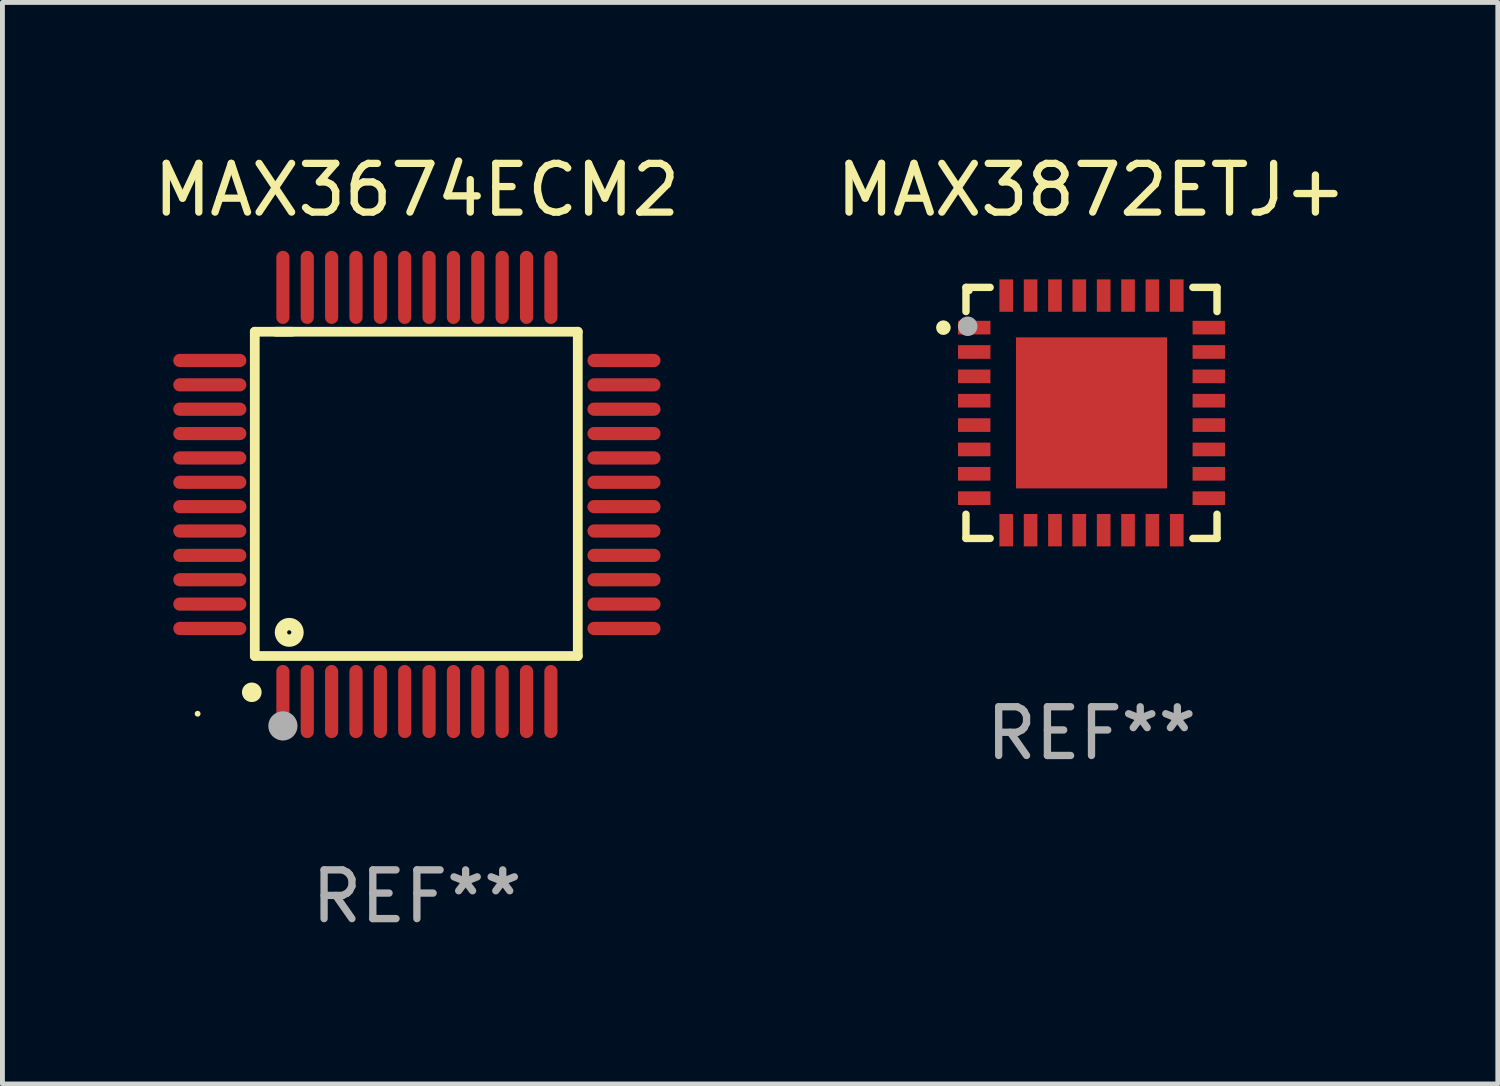
<source format=kicad_pcb>
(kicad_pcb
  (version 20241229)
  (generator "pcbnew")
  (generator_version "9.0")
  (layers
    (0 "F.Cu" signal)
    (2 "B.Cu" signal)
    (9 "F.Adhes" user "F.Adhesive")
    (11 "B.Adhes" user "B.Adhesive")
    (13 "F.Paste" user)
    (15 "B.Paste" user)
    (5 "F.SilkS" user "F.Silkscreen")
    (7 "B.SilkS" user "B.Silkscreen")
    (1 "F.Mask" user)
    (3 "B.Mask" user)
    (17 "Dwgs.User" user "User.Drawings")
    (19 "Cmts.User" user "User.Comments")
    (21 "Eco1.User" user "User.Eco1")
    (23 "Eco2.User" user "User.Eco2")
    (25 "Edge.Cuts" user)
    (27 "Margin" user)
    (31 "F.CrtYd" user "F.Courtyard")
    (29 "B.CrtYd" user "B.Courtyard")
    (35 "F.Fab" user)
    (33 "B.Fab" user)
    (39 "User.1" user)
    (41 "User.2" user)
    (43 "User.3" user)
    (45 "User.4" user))
  (footprint "MAX3674ECM2"
    (layer "F.Cu")
    (at 5.506 7.098)
    (property "Reference" "MAX3674ECM2" (at 0 -6.25 0) (layer "F.SilkS") (effects (font (size 1 1) (thickness 0.15))))
    (attr through_hole)
    (fp_line (start -3.327 -3.34) (end -2.565 -3.34) (stroke (width 0.2) (type solid)) (layer "F.SilkS"))
    (fp_line (start -3.327 3.315) (end -3.327 -3.34) (stroke (width 0.2) (type solid)) (layer "F.SilkS"))
    (fp_line (start -2.896 -3.34) (end 3.302 -3.34) (stroke (width 0.2) (type solid)) (layer "F.SilkS"))
    (fp_line (start 3.302 -3.34) (end 3.302 3.315) (stroke (width 0.2) (type solid)) (layer "F.SilkS"))
    (fp_line (start 3.302 3.315) (end -3.327 3.315) (stroke (width 0.2) (type solid)) (layer "F.SilkS"))
    (fp_arc (start -3.389992 4.059995) (mid -3.388722 4.059991) (end -3.387452 4.059995) (stroke (width 0.4) (type solid)) (layer "F.SilkS"))
    (fp_circle (center -4.5 4.5) (end -4.47 4.5) (stroke (width 0.06) (type solid)) (fill no) (layer "F.SilkS"))
    (fp_circle (center -2.62 2.83) (end -2.45 2.83) (stroke (width 0.254) (type solid)) (fill no) (layer "F.SilkS"))
    (fp_circle (center -2.75 4.75) (end -2.6 4.75) (stroke (width 0.3) (type solid)) (fill no) (layer "F.Fab"))
    (fp_text user "REF**" (at 0 8.25 0) (layer "F.Fab") (effects (font (size 1 1) (thickness 0.15))))
    (pad "1" smd oval (at -2.75 4.25) (size 0.27 1.5) (layers "F.Cu" "F.Mask" "F.Paste"))
    (pad "2" smd oval (at -2.25 4.25) (size 0.27 1.5) (layers "F.Cu" "F.Mask" "F.Paste"))
    (pad "3" smd oval (at -1.75 4.25) (size 0.27 1.5) (layers "F.Cu" "F.Mask" "F.Paste"))
    (pad "4" smd oval (at -1.25 4.25) (size 0.27 1.5) (layers "F.Cu" "F.Mask" "F.Paste"))
    (pad "5" smd oval (at -0.75 4.25) (size 0.27 1.5) (layers "F.Cu" "F.Mask" "F.Paste"))
    (pad "6" smd oval (at -0.25 4.25) (size 0.27 1.5) (layers "F.Cu" "F.Mask" "F.Paste"))
    (pad "7" smd oval (at 0.25 4.25) (size 0.27 1.5) (layers "F.Cu" "F.Mask" "F.Paste"))
    (pad "8" smd oval (at 0.75 4.25) (size 0.27 1.5) (layers "F.Cu" "F.Mask" "F.Paste"))
    (pad "9" smd oval (at 1.25 4.25) (size 0.27 1.5) (layers "F.Cu" "F.Mask" "F.Paste"))
    (pad "10" smd oval (at 1.75 4.25) (size 0.27 1.5) (layers "F.Cu" "F.Mask" "F.Paste"))
    (pad "11" smd oval (at 2.25 4.25) (size 0.27 1.5) (layers "F.Cu" "F.Mask" "F.Paste"))
    (pad "12" smd oval (at 2.75 4.25) (size 0.27 1.5) (layers "F.Cu" "F.Mask" "F.Paste"))
    (pad "13" smd oval (at 4.25 2.75) (size 1.5 0.27) (layers "F.Cu" "F.Mask" "F.Paste"))
    (pad "14" smd oval (at 4.25 2.25) (size 1.5 0.27) (layers "F.Cu" "F.Mask" "F.Paste"))
    (pad "15" smd oval (at 4.25 1.75) (size 1.5 0.27) (layers "F.Cu" "F.Mask" "F.Paste"))
    (pad "16" smd oval (at 4.25 1.25) (size 1.5 0.27) (layers "F.Cu" "F.Mask" "F.Paste"))
    (pad "17" smd oval (at 4.25 0.75) (size 1.5 0.27) (layers "F.Cu" "F.Mask" "F.Paste"))
    (pad "18" smd oval (at 4.25 0.25) (size 1.5 0.27) (layers "F.Cu" "F.Mask" "F.Paste"))
    (pad "19" smd oval (at 4.25 -0.25) (size 1.5 0.27) (layers "F.Cu" "F.Mask" "F.Paste"))
    (pad "20" smd oval (at 4.25 -0.75) (size 1.5 0.27) (layers "F.Cu" "F.Mask" "F.Paste"))
    (pad "21" smd oval (at 4.25 -1.25) (size 1.5 0.27) (layers "F.Cu" "F.Mask" "F.Paste"))
    (pad "22" smd oval (at 4.25 -1.75) (size 1.5 0.27) (layers "F.Cu" "F.Mask" "F.Paste"))
    (pad "23" smd oval (at 4.25 -2.25) (size 1.5 0.27) (layers "F.Cu" "F.Mask" "F.Paste"))
    (pad "24" smd oval (at 4.25 -2.75) (size 1.5 0.27) (layers "F.Cu" "F.Mask" "F.Paste"))
    (pad "25" smd oval (at 2.75 -4.25) (size 0.27 1.5) (layers "F.Cu" "F.Mask" "F.Paste"))
    (pad "26" smd oval (at 2.25 -4.25) (size 0.27 1.5) (layers "F.Cu" "F.Mask" "F.Paste"))
    (pad "27" smd oval (at 1.75 -4.25) (size 0.27 1.5) (layers "F.Cu" "F.Mask" "F.Paste"))
    (pad "28" smd oval (at 1.25 -4.25) (size 0.27 1.5) (layers "F.Cu" "F.Mask" "F.Paste"))
    (pad "29" smd oval (at 0.75 -4.25) (size 0.27 1.5) (layers "F.Cu" "F.Mask" "F.Paste"))
    (pad "30" smd oval (at 0.25 -4.25) (size 0.27 1.5) (layers "F.Cu" "F.Mask" "F.Paste"))
    (pad "31" smd oval (at -0.25 -4.25) (size 0.27 1.5) (layers "F.Cu" "F.Mask" "F.Paste"))
    (pad "32" smd oval (at -0.75 -4.25) (size 0.27 1.5) (layers "F.Cu" "F.Mask" "F.Paste"))
    (pad "33" smd oval (at -1.25 -4.25) (size 0.27 1.5) (layers "F.Cu" "F.Mask" "F.Paste"))
    (pad "34" smd oval (at -1.75 -4.25) (size 0.27 1.5) (layers "F.Cu" "F.Mask" "F.Paste"))
    (pad "35" smd oval (at -2.25 -4.25) (size 0.27 1.5) (layers "F.Cu" "F.Mask" "F.Paste"))
    (pad "36" smd oval (at -2.75 -4.25) (size 0.27 1.5) (layers "F.Cu" "F.Mask" "F.Paste"))
    (pad "37" smd oval (at -4.25 -2.75) (size 1.5 0.27) (layers "F.Cu" "F.Mask" "F.Paste"))
    (pad "38" smd oval (at -4.25 -2.25) (size 1.5 0.27) (layers "F.Cu" "F.Mask" "F.Paste"))
    (pad "39" smd oval (at -4.25 -1.75) (size 1.5 0.27) (layers "F.Cu" "F.Mask" "F.Paste"))
    (pad "40" smd oval (at -4.25 -1.25) (size 1.5 0.27) (layers "F.Cu" "F.Mask" "F.Paste"))
    (pad "41" smd oval (at -4.25 -0.75) (size 1.5 0.27) (layers "F.Cu" "F.Mask" "F.Paste"))
    (pad "42" smd oval (at -4.25 -0.25) (size 1.5 0.27) (layers "F.Cu" "F.Mask" "F.Paste"))
    (pad "43" smd oval (at -4.25 0.25) (size 1.5 0.27) (layers "F.Cu" "F.Mask" "F.Paste"))
    (pad "44" smd oval (at -4.25 0.75) (size 1.5 0.27) (layers "F.Cu" "F.Mask" "F.Paste"))
    (pad "45" smd oval (at -4.25 1.25) (size 1.5 0.27) (layers "F.Cu" "F.Mask" "F.Paste"))
    (pad "46" smd oval (at -4.25 1.75) (size 1.5 0.27) (layers "F.Cu" "F.Mask" "F.Paste"))
    (pad "47" smd oval (at -4.25 2.25) (size 1.5 0.27) (layers "F.Cu" "F.Mask" "F.Paste"))
    (pad "48" smd oval (at -4.25 2.75) (size 1.5 0.27) (layers "F.Cu" "F.Mask" "F.Paste")))
  (footprint "MAX3872ETJ+"
    (layer "F.Cu")
    (at 19.351 5.424)
    (property "Reference" "MAX3872ETJ+" (at 0 -4.576 0) (layer "F.SilkS") (effects (font (size 1 1) (thickness 0.15))))
    (attr through_hole)
    (fp_line (start -2.576 -2.576) (end -2.576 -2.08) (stroke (width 0.152) (type solid)) (layer "F.SilkS"))
    (fp_line (start -2.576 2.576) (end -2.576 2.08) (stroke (width 0.152) (type solid)) (layer "F.SilkS"))
    (fp_line (start -2.08 -2.576) (end -2.576 -2.576) (stroke (width 0.152) (type solid)) (layer "F.SilkS"))
    (fp_line (start -2.08 2.576) (end -2.576 2.576) (stroke (width 0.152) (type solid)) (layer "F.SilkS"))
    (fp_line (start 2.08 -2.576) (end 2.576 -2.576) (stroke (width 0.152) (type solid)) (layer "F.SilkS"))
    (fp_line (start 2.08 2.576) (end 2.576 2.576) (stroke (width 0.152) (type solid)) (layer "F.SilkS"))
    (fp_line (start 2.576 -2.576) (end 2.576 -2.08) (stroke (width 0.152) (type solid)) (layer "F.SilkS"))
    (fp_line (start 2.576 2.576) (end 2.576 2.08) (stroke (width 0.152) (type solid)) (layer "F.SilkS"))
    (fp_circle (center -3.04 -1.75) (end -2.965 -1.75) (stroke (width 0.15) (type solid)) (fill no) (layer "F.SilkS"))
    (fp_circle (center -2.5 -2.5) (end -2.47 -2.5) (stroke (width 0.06) (type solid)) (fill no) (layer "F.SilkS"))
    (fp_circle (center -2.54 -1.778) (end -2.44 -1.778) (stroke (width 0.2) (type solid)) (fill no) (layer "F.Fab"))
    (fp_text user "REF**" (at 0 6.576 0) (layer "F.Fab") (effects (font (size 1 1) (thickness 0.15))))
    (pad "1" smd rect (at -2.407 -1.75) (size 0.665 0.28) (layers "F.Cu" "F.Mask" "F.Paste"))
    (pad "2" smd rect (at -2.407 -1.25) (size 0.665 0.28) (layers "F.Cu" "F.Mask" "F.Paste"))
    (pad "3" smd rect (at -2.407 -0.75) (size 0.665 0.28) (layers "F.Cu" "F.Mask" "F.Paste"))
    (pad "4" smd rect (at -2.407 -0.25) (size 0.665 0.28) (layers "F.Cu" "F.Mask" "F.Paste"))
    (pad "5" smd rect (at -2.407 0.25) (size 0.665 0.28) (layers "F.Cu" "F.Mask" "F.Paste"))
    (pad "6" smd rect (at -2.407 0.75) (size 0.665 0.28) (layers "F.Cu" "F.Mask" "F.Paste"))
    (pad "7" smd rect (at -2.407 1.25) (size 0.665 0.28) (layers "F.Cu" "F.Mask" "F.Paste"))
    (pad "8" smd rect (at -2.407 1.75) (size 0.665 0.28) (layers "F.Cu" "F.Mask" "F.Paste"))
    (pad "9" smd rect (at -1.75 2.407) (size 0.28 0.665) (layers "F.Cu" "F.Mask" "F.Paste"))
    (pad "10" smd rect (at -1.25 2.407) (size 0.28 0.665) (layers "F.Cu" "F.Mask" "F.Paste"))
    (pad "11" smd rect (at -0.75 2.407) (size 0.28 0.665) (layers "F.Cu" "F.Mask" "F.Paste"))
    (pad "12" smd rect (at -0.25 2.407) (size 0.28 0.665) (layers "F.Cu" "F.Mask" "F.Paste"))
    (pad "13" smd rect (at 0.25 2.407) (size 0.28 0.665) (layers "F.Cu" "F.Mask" "F.Paste"))
    (pad "14" smd rect (at 0.75 2.407) (size 0.28 0.665) (layers "F.Cu" "F.Mask" "F.Paste"))
    (pad "15" smd rect (at 1.25 2.407) (size 0.28 0.665) (layers "F.Cu" "F.Mask" "F.Paste"))
    (pad "16" smd rect (at 1.75 2.407) (size 0.28 0.665) (layers "F.Cu" "F.Mask" "F.Paste"))
    (pad "17" smd rect (at 2.407 1.75) (size 0.665 0.28) (layers "F.Cu" "F.Mask" "F.Paste"))
    (pad "18" smd rect (at 2.407 1.25) (size 0.665 0.28) (layers "F.Cu" "F.Mask" "F.Paste"))
    (pad "19" smd rect (at 2.407 0.75) (size 0.665 0.28) (layers "F.Cu" "F.Mask" "F.Paste"))
    (pad "20" smd rect (at 2.407 0.25) (size 0.665 0.28) (layers "F.Cu" "F.Mask" "F.Paste"))
    (pad "21" smd rect (at 2.407 -0.25) (size 0.665 0.28) (layers "F.Cu" "F.Mask" "F.Paste"))
    (pad "22" smd rect (at 2.407 -0.75) (size 0.665 0.28) (layers "F.Cu" "F.Mask" "F.Paste"))
    (pad "23" smd rect (at 2.407 -1.25) (size 0.665 0.28) (layers "F.Cu" "F.Mask" "F.Paste"))
    (pad "24" smd rect (at 2.407 -1.75) (size 0.665 0.28) (layers "F.Cu" "F.Mask" "F.Paste"))
    (pad "25" smd rect (at 1.75 -2.408) (size 0.28 0.665) (layers "F.Cu" "F.Mask" "F.Paste"))
    (pad "26" smd rect (at 1.25 -2.408) (size 0.28 0.665) (layers "F.Cu" "F.Mask" "F.Paste"))
    (pad "27" smd rect (at 0.75 -2.408) (size 0.28 0.665) (layers "F.Cu" "F.Mask" "F.Paste"))
    (pad "28" smd rect (at 0.25 -2.408) (size 0.28 0.665) (layers "F.Cu" "F.Mask" "F.Paste"))
    (pad "29" smd rect (at -0.25 -2.408) (size 0.28 0.665) (layers "F.Cu" "F.Mask" "F.Paste"))
    (pad "30" smd rect (at -0.75 -2.408) (size 0.28 0.665) (layers "F.Cu" "F.Mask" "F.Paste"))
    (pad "31" smd rect (at -1.25 -2.408) (size 0.28 0.665) (layers "F.Cu" "F.Mask" "F.Paste"))
    (pad "32" smd rect (at -1.75 -2.408) (size 0.28 0.665) (layers "F.Cu" "F.Mask" "F.Paste"))
    (pad "33" smd rect (at -0.000076 -0.000102) (size 3.1 3.1) (layers "F.Cu" "F.Mask" "F.Paste")))
  (gr_rect
    (start -3 -3)
    (end 27.69 19.196)
    (stroke (width 0.1) (type default))
    (fill no)
    (layer "Edge.Cuts")))
</source>
